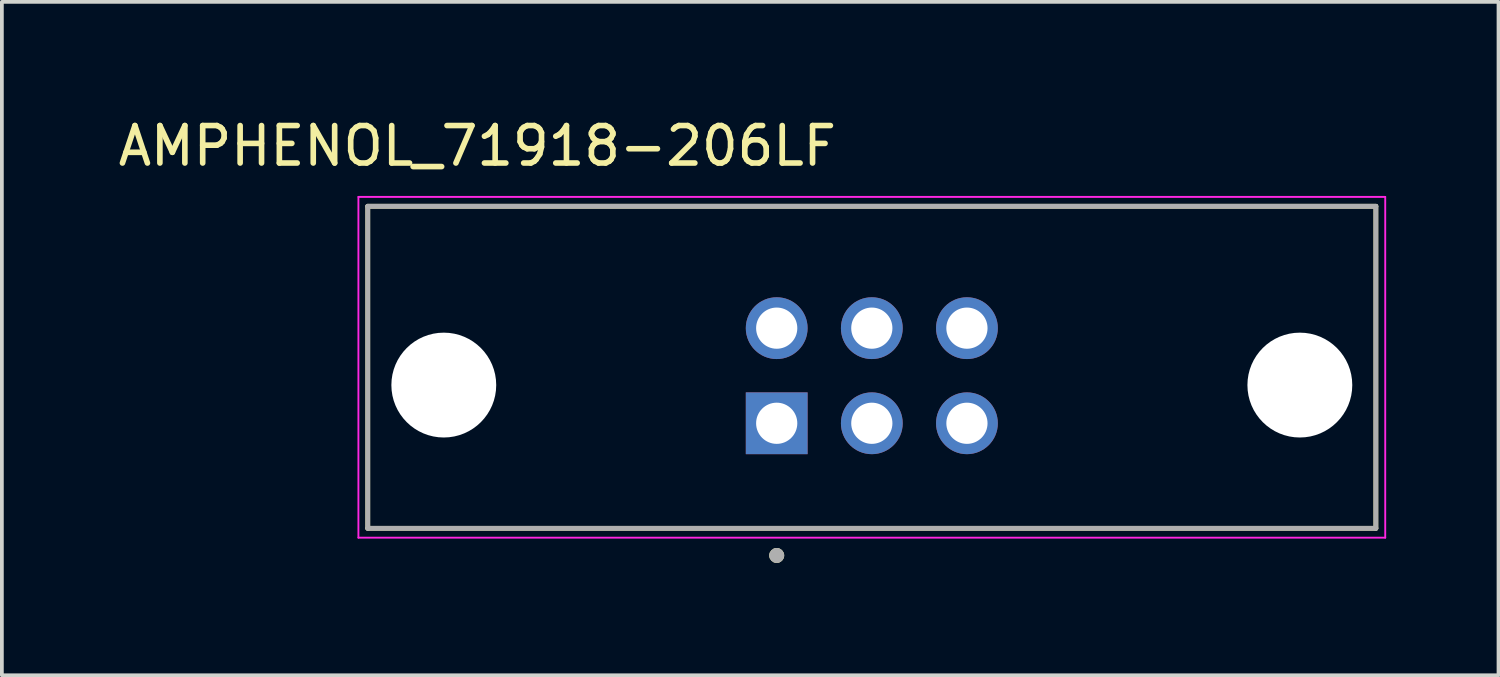
<source format=kicad_pcb>
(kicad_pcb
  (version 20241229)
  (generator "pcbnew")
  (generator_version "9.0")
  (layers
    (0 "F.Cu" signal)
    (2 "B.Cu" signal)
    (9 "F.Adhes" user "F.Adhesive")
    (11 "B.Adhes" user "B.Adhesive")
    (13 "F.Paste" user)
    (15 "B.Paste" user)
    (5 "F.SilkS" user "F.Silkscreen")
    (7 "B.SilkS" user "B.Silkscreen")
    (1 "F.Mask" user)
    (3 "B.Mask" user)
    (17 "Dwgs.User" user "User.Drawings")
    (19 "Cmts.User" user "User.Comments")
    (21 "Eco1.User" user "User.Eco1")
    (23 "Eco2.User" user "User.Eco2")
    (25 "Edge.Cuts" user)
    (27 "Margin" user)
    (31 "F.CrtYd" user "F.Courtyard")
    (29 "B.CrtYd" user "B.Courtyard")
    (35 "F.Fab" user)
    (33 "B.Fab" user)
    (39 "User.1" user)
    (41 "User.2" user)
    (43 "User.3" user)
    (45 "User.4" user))
  (footprint "AMPHENOL_71918-206LF"
    (layer "F.Cu")
    (at 20.231 6.983)
    (property "Reference" "AMPHENOL_71918-206LF" (at -10.535 -6.135 0) (layer "F.SilkS") (effects (font (size 1 1) (thickness 0.15))))
    (attr through_hole)
    (fp_line (start -13.46 -4.525) (end 13.46 -4.525) (stroke (width 0.127) (type solid)) (layer "F.SilkS"))
    (fp_line (start -13.46 4.075) (end -13.46 -4.525) (stroke (width 0.127) (type solid)) (layer "F.SilkS"))
    (fp_line (start -13.46 4.075) (end 13.46 4.075) (stroke (width 0.127) (type solid)) (layer "F.SilkS"))
    (fp_line (start 13.46 -4.525) (end 13.46 4.075) (stroke (width 0.127) (type solid)) (layer "F.SilkS"))
    (fp_circle (center -2.54 4.8) (end -2.44 4.8) (stroke (width 0.2) (type solid)) (fill no) (layer "F.SilkS"))
    (fp_line (start -13.71 -4.775) (end 13.71 -4.775) (stroke (width 0.05) (type solid)) (layer "F.CrtYd"))
    (fp_line (start -13.71 4.325) (end -13.71 -4.775) (stroke (width 0.05) (type solid)) (layer "F.CrtYd"))
    (fp_line (start 13.71 -4.775) (end 13.71 4.325) (stroke (width 0.05) (type solid)) (layer "F.CrtYd"))
    (fp_line (start 13.71 4.325) (end -13.71 4.325) (stroke (width 0.05) (type solid)) (layer "F.CrtYd"))
    (fp_line (start -13.46 4.075) (end -13.46 -4.525) (stroke (width 0.127) (type solid)) (layer "F.Fab"))
    (fp_line (start 13.46 -4.525) (end -13.46 -4.525) (stroke (width 0.127) (type solid)) (layer "F.Fab"))
    (fp_line (start 13.46 -4.525) (end 13.46 4.075) (stroke (width 0.127) (type solid)) (layer "F.Fab"))
    (fp_line (start 13.46 4.075) (end -13.46 4.075) (stroke (width 0.127) (type solid)) (layer "F.Fab"))
    (fp_circle (center -2.54 4.8) (end -2.44 4.8) (stroke (width 0.2) (type solid)) (fill no) (layer "F.Fab"))
    (pad "" np_thru_hole circle (at -11.43 0.25) (size 2.8 2.8) (drill 2.8) (layers "*.Cu" "*.Mask"))
    (pad "" np_thru_hole circle (at 11.43 0.25) (size 2.8 2.8) (drill 2.8) (layers "*.Cu" "*.Mask"))
    (pad "01" thru_hole rect (at -2.54 1.27) (size 1.65 1.65) (drill 1.1) (layers "*.Cu" "*.Mask"))
    (pad "02" thru_hole circle (at -2.54 -1.27) (size 1.65 1.65) (drill 1.1) (layers "*.Cu" "*.Mask"))
    (pad "03" thru_hole circle (at 0 1.27) (size 1.65 1.65) (drill 1.1) (layers "*.Cu" "*.Mask"))
    (pad "04" thru_hole circle (at 0 -1.27) (size 1.65 1.65) (drill 1.1) (layers "*.Cu" "*.Mask"))
    (pad "05" thru_hole circle (at 2.54 1.27) (size 1.65 1.65) (drill 1.1) (layers "*.Cu" "*.Mask"))
    (pad "06" thru_hole circle (at 2.54 -1.27) (size 1.65 1.65) (drill 1.1) (layers "*.Cu" "*.Mask")))
  (gr_rect
    (start -3 -3)
    (end 36.966 14.983)
    (stroke (width 0.1) (type default))
    (fill no)
    (layer "Edge.Cuts")))
</source>
